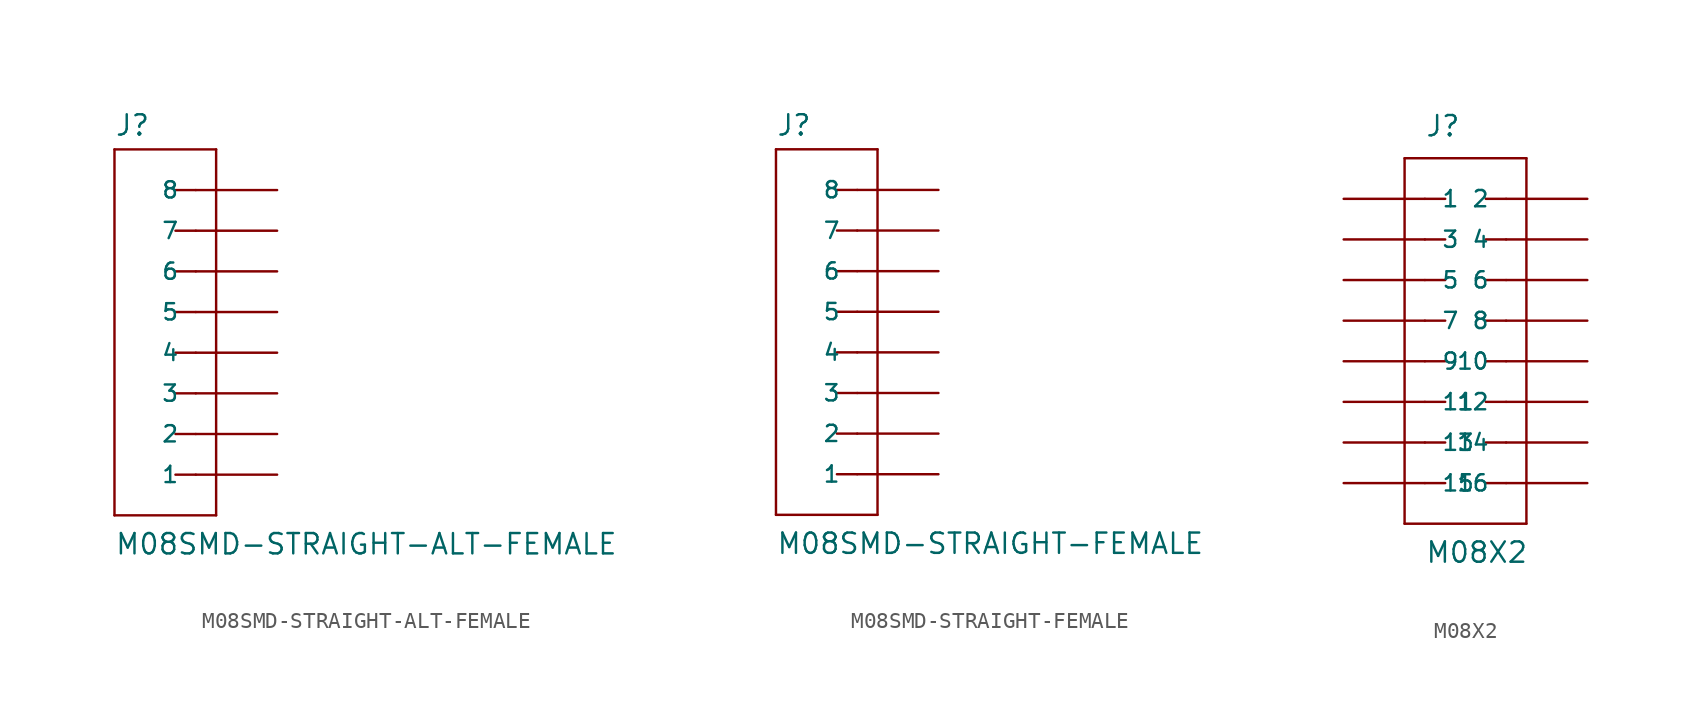
<source format=kicad_sym>
(kicad_symbol_lib
  (version 20211014)
  (generator kicad_symbol_editor)
  (symbol "M08SMD-STRAIGHT-ALT-FEMALE"
    (pin_numbers hide)
    (pin_names
      (offset 1.016))
    (property "Reference" "J"
      (at -5.08 13.462 0)
      (effects (font (size 1.27 1.27)) (justify left bottom)))
    (property "Value" "M08SMD-STRAIGHT-ALT-FEMALE"
      (at -5.08 -12.7 0)
      (effects (font (size 1.27 1.27)) (justify left bottom)))
    (property "Datasheet" ""
      (at 0 0 0)
      (effects (font (size 1.524 1.524))))
    (property "ki_locked" ""
      (at 0 0 0)
      (effects (font (size 1.27 1.27))))
    (symbol "M08SMD-STRAIGHT-ALT-FEMALE_1_0"
      (polyline (pts (xy -5.08 12.7) (xy -5.08 -10.16)) (stroke (width 0) (type default) (color 0 0 0 0)) (fill (type none)))
      (polyline (pts (xy -5.08 12.7) (xy 1.27 12.7)) (stroke (width 0) (type default) (color 0 0 0 0)) (fill (type none)))
      (polyline (pts (xy -1.27 -7.62) (xy 0 -7.62)) (stroke (width 0) (type default) (color 0 0 0 0)) (fill (type none)))
      (polyline (pts (xy -1.27 -5.08) (xy 0 -5.08)) (stroke (width 0) (type default) (color 0 0 0 0)) (fill (type none)))
      (polyline (pts (xy -1.27 -2.54) (xy 0 -2.54)) (stroke (width 0) (type default) (color 0 0 0 0)) (fill (type none)))
      (polyline (pts (xy -1.27 0) (xy 0 0)) (stroke (width 0) (type default) (color 0 0 0 0)) (fill (type none)))
      (polyline (pts (xy -1.27 2.54) (xy 0 2.54)) (stroke (width 0) (type default) (color 0 0 0 0)) (fill (type none)))
      (polyline (pts (xy -1.27 5.08) (xy 0 5.08)) (stroke (width 0) (type default) (color 0 0 0 0)) (fill (type none)))
      (polyline (pts (xy -1.27 7.62) (xy 0 7.62)) (stroke (width 0) (type default) (color 0 0 0 0)) (fill (type none)))
      (polyline (pts (xy -1.27 10.16) (xy 0 10.16)) (stroke (width 0) (type default) (color 0 0 0 0)) (fill (type none)))
      (polyline (pts (xy 1.27 -10.16) (xy -5.08 -10.16)) (stroke (width 0) (type default) (color 0 0 0 0)) (fill (type none)))
      (polyline (pts (xy 1.27 -10.16) (xy 1.27 12.7)) (stroke (width 0) (type default) (color 0 0 0 0)) (fill (type none))))
    (symbol "M08SMD-STRAIGHT-ALT-FEMALE_1_1"
      (pin passive line (at 5.08 -7.62 180) (length 5.08) (name "1" (effects (font (size 1.016 1.016)))) (number "1" (effects (font (size 1.016 1.016)))))
      (pin passive line (at 5.08 -5.08 180) (length 5.08) (name "2" (effects (font (size 1.016 1.016)))) (number "2" (effects (font (size 1.016 1.016)))))
      (pin passive line (at 5.08 -2.54 180) (length 5.08) (name "3" (effects (font (size 1.016 1.016)))) (number "3" (effects (font (size 1.016 1.016)))))
      (pin passive line (at 5.08 0 180) (length 5.08) (name "4" (effects (font (size 1.016 1.016)))) (number "4" (effects (font (size 1.016 1.016)))))
      (pin passive line (at 5.08 2.54 180) (length 5.08) (name "5" (effects (font (size 1.016 1.016)))) (number "5" (effects (font (size 1.016 1.016)))))
      (pin passive line (at 5.08 5.08 180) (length 5.08) (name "6" (effects (font (size 1.016 1.016)))) (number "6" (effects (font (size 1.016 1.016)))))
      (pin passive line (at 5.08 7.62 180) (length 5.08) (name "7" (effects (font (size 1.016 1.016)))) (number "7" (effects (font (size 1.016 1.016)))))
      (pin passive line (at 5.08 10.16 180) (length 5.08) (name "8" (effects (font (size 1.016 1.016)))) (number "8" (effects (font (size 1.016 1.016)))))))
  (symbol "M08SMD-STRAIGHT-FEMALE"
    (pin_numbers hide)
    (pin_names
      (offset 1.016))
    (property "Reference" "J"
      (at -5.08 13.462 0)
      (effects (font (size 1.27 1.27)) (justify left bottom)))
    (property "Value" "M08SMD-STRAIGHT-FEMALE"
      (at -5.08 -12.7 0)
      (effects (font (size 1.27 1.27)) (justify left bottom)))
    (property "Datasheet" ""
      (at 0 0 0)
      (effects (font (size 1.524 1.524))))
    (property "ki_locked" ""
      (at 0 0 0)
      (effects (font (size 1.27 1.27))))
    (symbol "M08SMD-STRAIGHT-FEMALE_1_0"
      (polyline (pts (xy -5.08 12.7) (xy -5.08 -10.16)) (stroke (width 0) (type default) (color 0 0 0 0)) (fill (type none)))
      (polyline (pts (xy -5.08 12.7) (xy 1.27 12.7)) (stroke (width 0) (type default) (color 0 0 0 0)) (fill (type none)))
      (polyline (pts (xy -1.27 -7.62) (xy 0 -7.62)) (stroke (width 0) (type default) (color 0 0 0 0)) (fill (type none)))
      (polyline (pts (xy -1.27 -5.08) (xy 0 -5.08)) (stroke (width 0) (type default) (color 0 0 0 0)) (fill (type none)))
      (polyline (pts (xy -1.27 -2.54) (xy 0 -2.54)) (stroke (width 0) (type default) (color 0 0 0 0)) (fill (type none)))
      (polyline (pts (xy -1.27 0) (xy 0 0)) (stroke (width 0) (type default) (color 0 0 0 0)) (fill (type none)))
      (polyline (pts (xy -1.27 2.54) (xy 0 2.54)) (stroke (width 0) (type default) (color 0 0 0 0)) (fill (type none)))
      (polyline (pts (xy -1.27 5.08) (xy 0 5.08)) (stroke (width 0) (type default) (color 0 0 0 0)) (fill (type none)))
      (polyline (pts (xy -1.27 7.62) (xy 0 7.62)) (stroke (width 0) (type default) (color 0 0 0 0)) (fill (type none)))
      (polyline (pts (xy -1.27 10.16) (xy 0 10.16)) (stroke (width 0) (type default) (color 0 0 0 0)) (fill (type none)))
      (polyline (pts (xy 1.27 -10.16) (xy -5.08 -10.16)) (stroke (width 0) (type default) (color 0 0 0 0)) (fill (type none)))
      (polyline (pts (xy 1.27 -10.16) (xy 1.27 12.7)) (stroke (width 0) (type default) (color 0 0 0 0)) (fill (type none))))
    (symbol "M08SMD-STRAIGHT-FEMALE_1_1"
      (pin passive line (at 5.08 -7.62 180) (length 5.08) (name "1" (effects (font (size 1.016 1.016)))) (number "1" (effects (font (size 1.016 1.016)))))
      (pin passive line (at 5.08 -5.08 180) (length 5.08) (name "2" (effects (font (size 1.016 1.016)))) (number "2" (effects (font (size 1.016 1.016)))))
      (pin passive line (at 5.08 -2.54 180) (length 5.08) (name "3" (effects (font (size 1.016 1.016)))) (number "3" (effects (font (size 1.016 1.016)))))
      (pin passive line (at 5.08 0 180) (length 5.08) (name "4" (effects (font (size 1.016 1.016)))) (number "4" (effects (font (size 1.016 1.016)))))
      (pin passive line (at 5.08 2.54 180) (length 5.08) (name "5" (effects (font (size 1.016 1.016)))) (number "5" (effects (font (size 1.016 1.016)))))
      (pin passive line (at 5.08 5.08 180) (length 5.08) (name "6" (effects (font (size 1.016 1.016)))) (number "6" (effects (font (size 1.016 1.016)))))
      (pin passive line (at 5.08 7.62 180) (length 5.08) (name "7" (effects (font (size 1.016 1.016)))) (number "7" (effects (font (size 1.016 1.016)))))
      (pin passive line (at 5.08 10.16 180) (length 5.08) (name "8" (effects (font (size 1.016 1.016)))) (number "8" (effects (font (size 1.016 1.016)))))))
  (symbol "M08X2"
    (pin_numbers hide)
    (pin_names
      (offset 1.016))
    (property "Reference" "J"
      (at -2.54 13.97 0)
      (effects (font (size 1.27 1.27)) (justify left bottom)))
    (property "Value" "M08X2"
      (at -2.54 -12.7 0)
      (effects (font (size 1.27 1.27)) (justify left bottom)))
    (property "Datasheet" ""
      (at 0 0 0)
      (effects (font (size 1.524 1.524))))
    (property "ki_locked" ""
      (at 0 0 0)
      (effects (font (size 1.27 1.27))))
    (symbol "M08X2_1_0"
      (polyline (pts (xy -3.81 12.7) (xy -3.81 -10.16)) (stroke (width 0) (type default) (color 0 0 0 0)) (fill (type none)))
      (polyline (pts (xy -3.81 12.7) (xy 3.81 12.7)) (stroke (width 0) (type default) (color 0 0 0 0)) (fill (type none)))
      (polyline (pts (xy -1.27 -7.62) (xy -2.54 -7.62)) (stroke (width 0) (type default) (color 0 0 0 0)) (fill (type none)))
      (polyline (pts (xy -1.27 -5.08) (xy -2.54 -5.08)) (stroke (width 0) (type default) (color 0 0 0 0)) (fill (type none)))
      (polyline (pts (xy -1.27 -2.54) (xy -2.54 -2.54)) (stroke (width 0) (type default) (color 0 0 0 0)) (fill (type none)))
      (polyline (pts (xy -1.27 0) (xy -2.54 0)) (stroke (width 0) (type default) (color 0 0 0 0)) (fill (type none)))
      (polyline (pts (xy -1.27 2.54) (xy -2.54 2.54)) (stroke (width 0) (type default) (color 0 0 0 0)) (fill (type none)))
      (polyline (pts (xy -1.27 5.08) (xy -2.54 5.08)) (stroke (width 0) (type default) (color 0 0 0 0)) (fill (type none)))
      (polyline (pts (xy -1.27 7.62) (xy -2.54 7.62)) (stroke (width 0) (type default) (color 0 0 0 0)) (fill (type none)))
      (polyline (pts (xy -1.27 10.16) (xy -2.54 10.16)) (stroke (width 0) (type default) (color 0 0 0 0)) (fill (type none)))
      (polyline (pts (xy 1.27 -7.62) (xy 2.54 -7.62)) (stroke (width 0) (type default) (color 0 0 0 0)) (fill (type none)))
      (polyline (pts (xy 1.27 -5.08) (xy 2.54 -5.08)) (stroke (width 0) (type default) (color 0 0 0 0)) (fill (type none)))
      (polyline (pts (xy 1.27 -2.54) (xy 2.54 -2.54)) (stroke (width 0) (type default) (color 0 0 0 0)) (fill (type none)))
      (polyline (pts (xy 1.27 0) (xy 2.54 0)) (stroke (width 0) (type default) (color 0 0 0 0)) (fill (type none)))
      (polyline (pts (xy 1.27 2.54) (xy 2.54 2.54)) (stroke (width 0) (type default) (color 0 0 0 0)) (fill (type none)))
      (polyline (pts (xy 1.27 5.08) (xy 2.54 5.08)) (stroke (width 0) (type default) (color 0 0 0 0)) (fill (type none)))
      (polyline (pts (xy 1.27 7.62) (xy 2.54 7.62)) (stroke (width 0) (type default) (color 0 0 0 0)) (fill (type none)))
      (polyline (pts (xy 1.27 10.16) (xy 2.54 10.16)) (stroke (width 0) (type default) (color 0 0 0 0)) (fill (type none)))
      (polyline (pts (xy 3.81 -10.16) (xy -3.81 -10.16)) (stroke (width 0) (type default) (color 0 0 0 0)) (fill (type none)))
      (polyline (pts (xy 3.81 -10.16) (xy 3.81 12.7)) (stroke (width 0) (type default) (color 0 0 0 0)) (fill (type none))))
    (symbol "M08X2_1_1"
      (pin passive line (at -7.62 10.16 0) (length 5.08) (name "1" (effects (font (size 1.016 1.016)))) (number "1" (effects (font (size 1.016 1.016)))))
      (pin passive line (at 7.62 0 180) (length 5.08) (name "10" (effects (font (size 1.016 1.016)))) (number "10" (effects (font (size 1.016 1.016)))))
      (pin passive line (at -7.62 -2.54 0) (length 5.08) (name "11" (effects (font (size 1.016 1.016)))) (number "11" (effects (font (size 1.016 1.016)))))
      (pin passive line (at 7.62 -2.54 180) (length 5.08) (name "12" (effects (font (size 1.016 1.016)))) (number "12" (effects (font (size 1.016 1.016)))))
      (pin passive line (at -7.62 -5.08 0) (length 5.08) (name "13" (effects (font (size 1.016 1.016)))) (number "13" (effects (font (size 1.016 1.016)))))
      (pin passive line (at 7.62 -5.08 180) (length 5.08) (name "14" (effects (font (size 1.016 1.016)))) (number "14" (effects (font (size 1.016 1.016)))))
      (pin passive line (at -7.62 -7.62 0) (length 5.08) (name "15" (effects (font (size 1.016 1.016)))) (number "15" (effects (font (size 1.016 1.016)))))
      (pin passive line (at 7.62 -7.62 180) (length 5.08) (name "16" (effects (font (size 1.016 1.016)))) (number "16" (effects (font (size 1.016 1.016)))))
      (pin passive line (at 7.62 10.16 180) (length 5.08) (name "2" (effects (font (size 1.016 1.016)))) (number "2" (effects (font (size 1.016 1.016)))))
      (pin passive line (at -7.62 7.62 0) (length 5.08) (name "3" (effects (font (size 1.016 1.016)))) (number "3" (effects (font (size 1.016 1.016)))))
      (pin passive line (at 7.62 7.62 180) (length 5.08) (name "4" (effects (font (size 1.016 1.016)))) (number "4" (effects (font (size 1.016 1.016)))))
      (pin passive line (at -7.62 5.08 0) (length 5.08) (name "5" (effects (font (size 1.016 1.016)))) (number "5" (effects (font (size 1.016 1.016)))))
      (pin passive line (at 7.62 5.08 180) (length 5.08) (name "6" (effects (font (size 1.016 1.016)))) (number "6" (effects (font (size 1.016 1.016)))))
      (pin passive line (at -7.62 2.54 0) (length 5.08) (name "7" (effects (font (size 1.016 1.016)))) (number "7" (effects (font (size 1.016 1.016)))))
      (pin passive line (at 7.62 2.54 180) (length 5.08) (name "8" (effects (font (size 1.016 1.016)))) (number "8" (effects (font (size 1.016 1.016)))))
      (pin passive line (at -7.62 0 0) (length 5.08) (name "9" (effects (font (size 1.016 1.016)))) (number "9" (effects (font (size 1.016 1.016))))))))
</source>
